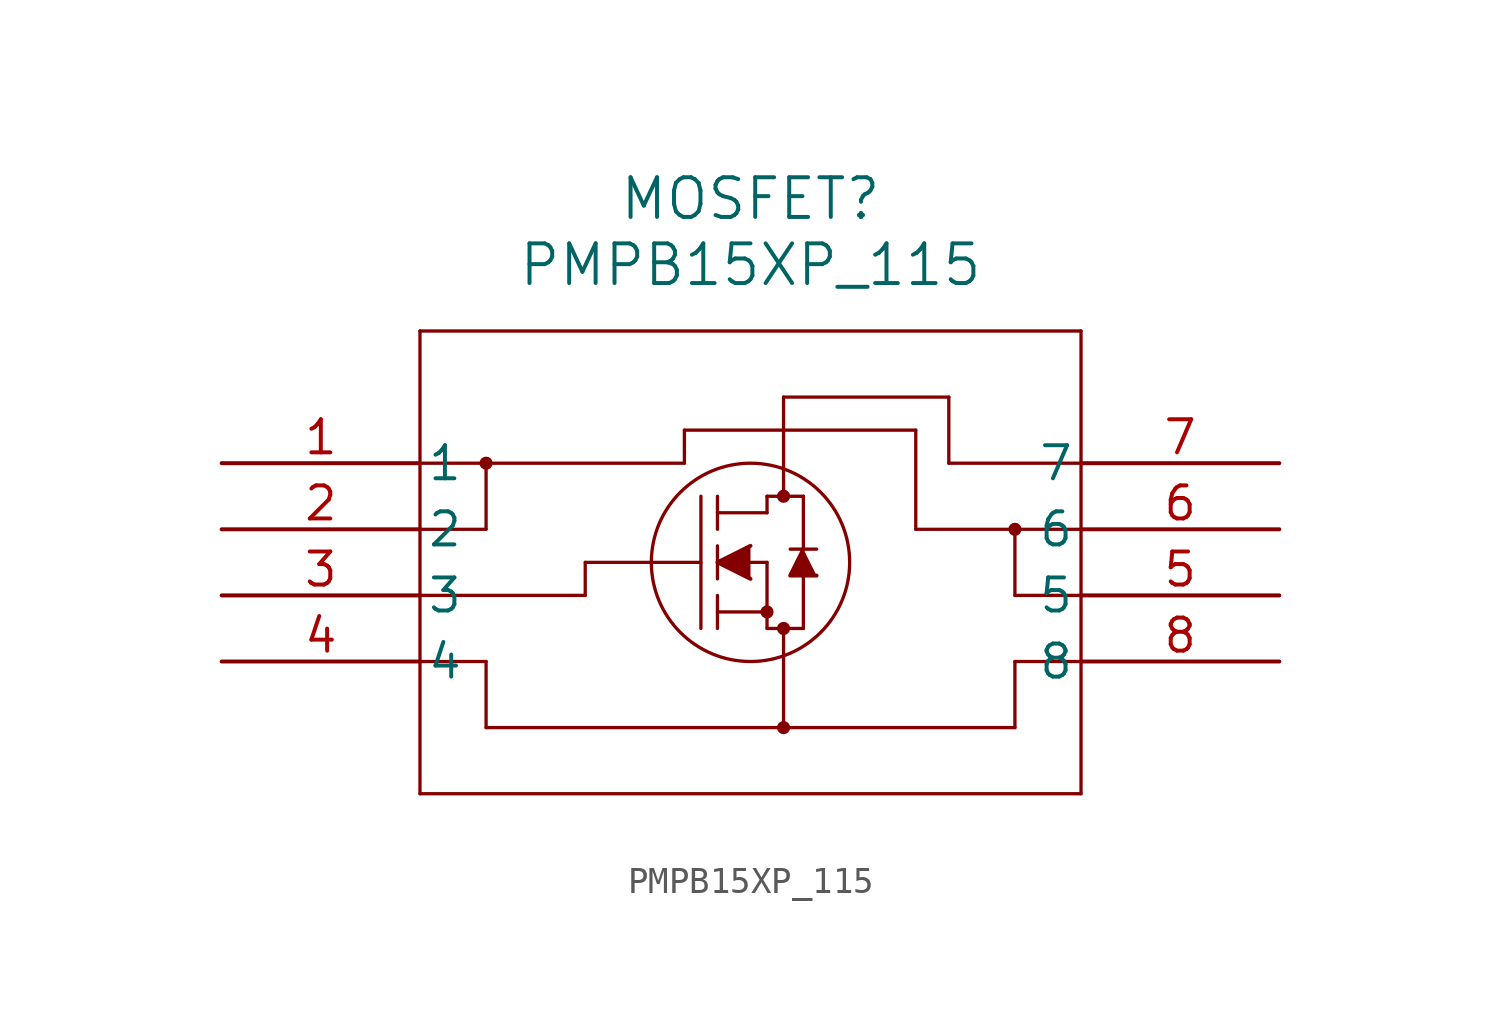
<source format=kicad_sym>
(kicad_symbol_lib
  (version 20211014)
  (generator kicad_symbol_editor)
  (symbol "PMPB15XP_115"
    (pin_names
      (offset 0.254))
    (property "Reference" "MOSFET"
      (at 20.32 10.16 0)
      (effects (font (size 1.524 1.524))))
    (property "Value" "PMPB15XP_115"
      (at 20.32 7.62 0)
      (effects (font (size 1.524 1.524))))
    (symbol "PMPB15XP_115_0_1"
      (polyline (pts (xy 7.62 5.08) (xy 7.62 -12.7)) (stroke (width 0.127) (type default) (color 0 0 0 0)) (fill (type none)))
      (polyline (pts (xy 7.62 -12.7) (xy 33.02 -12.7)) (stroke (width 0.127) (type default) (color 0 0 0 0)) (fill (type none)))
      (polyline (pts (xy 33.02 -12.7) (xy 33.02 5.08)) (stroke (width 0.127) (type default) (color 0 0 0 0)) (fill (type none)))
      (polyline (pts (xy 33.02 5.08) (xy 7.62 5.08)) (stroke (width 0.127) (type default) (color 0 0 0 0)) (fill (type none)))
      (circle (center 21.59 -1.27) (radius 0.127) (stroke (width 0.254) (type default) (color 0 0 0 0)) (fill (type none)))
      (circle (center 21.59 -6.35) (radius 0.127) (stroke (width 0.254) (type default) (color 0 0 0 0)) (fill (type none)))
      (circle (center 20.955 -5.715) (radius 0.127) (stroke (width 0.254) (type default) (color 0 0 0 0)) (fill (type none)))
      (circle (center 20.32 -3.81) (radius 3.81) (stroke (width 0.127) (type default) (color 0 0 0 0)) (fill (type none)))
      (polyline (pts (xy 13.97 -3.81) (xy 18.415 -3.81)) (stroke (width 0.127) (type default) (color 0 0 0 0)) (fill (type none)))
      (polyline (pts (xy 18.415 -6.35) (xy 18.415 -1.27)) (stroke (width 0.127) (type default) (color 0 0 0 0)) (fill (type none)))
      (polyline (pts (xy 19.05 -4.445) (xy 19.05 -3.175)) (stroke (width 0.127) (type default) (color 0 0 0 0)) (fill (type none)))
      (polyline (pts (xy 19.05 -6.35) (xy 19.05 -5.08)) (stroke (width 0.127) (type default) (color 0 0 0 0)) (fill (type none)))
      (polyline (pts (xy 19.05 -2.54) (xy 19.05 -1.27)) (stroke (width 0.127) (type default) (color 0 0 0 0)) (fill (type none)))
      (polyline (pts (xy 20.32 -3.81) (xy 20.955 -3.81)) (stroke (width 0.127) (type default) (color 0 0 0 0)) (fill (type none)))
      (polyline (pts (xy 19.05 -5.715) (xy 20.955 -5.715)) (stroke (width 0.127) (type default) (color 0 0 0 0)) (fill (type none)))
      (polyline (pts (xy 20.955 -6.35) (xy 20.955 -3.81)) (stroke (width 0.127) (type default) (color 0 0 0 0)) (fill (type none)))
      (polyline (pts (xy 20.955 -6.35) (xy 22.352 -6.35)) (stroke (width 0.127) (type default) (color 0 0 0 0)) (fill (type none)))
      (polyline (pts (xy 19.05 -1.905) (xy 20.955 -1.905)) (stroke (width 0.127) (type default) (color 0 0 0 0)) (fill (type none)))
      (polyline (pts (xy 22.352 -3.302) (xy 22.352 -1.27)) (stroke (width 0.127) (type default) (color 0 0 0 0)) (fill (type none)))
      (polyline (pts (xy 22.352 -6.35) (xy 22.352 -4.318)) (stroke (width 0.127) (type default) (color 0 0 0 0)) (fill (type none)))
      (polyline (pts (xy 22.86 -3.302) (xy 21.844 -3.302)) (stroke (width 0.127) (type default) (color 0 0 0 0)) (fill (type none)))
      (polyline (pts (xy 20.955 -1.27) (xy 22.352 -1.27)) (stroke (width 0.127) (type default) (color 0 0 0 0)) (fill (type none)))
      (polyline (pts (xy 20.955 -1.905) (xy 20.955 -1.27)) (stroke (width 0.127) (type default) (color 0 0 0 0)) (fill (type none)))
      (polyline (pts (xy 20.32 -3.175) (xy 19.05 -3.81) (xy 20.32 -4.445)) (stroke (width 0) (type default) (color 0 0 0 0)) (fill (type outline)))
      (polyline (pts (xy 22.86 -4.318) (xy 21.844 -4.318) (xy 22.352 -3.302)) (stroke (width 0) (type default) (color 0 0 0 0)) (fill (type outline)))
      (polyline (pts (xy 7.62 -7.62) (xy 10.16 -7.62)) (stroke (width 0.127) (type default) (color 0 0 0 0)) (fill (type none)))
      (polyline (pts (xy 13.97 -5.08) (xy 13.97 -3.81)) (stroke (width 0.127) (type default) (color 0 0 0 0)) (fill (type none)))
      (polyline (pts (xy 7.62 0) (xy 17.78 0)) (stroke (width 0.127) (type default) (color 0 0 0 0)) (fill (type none)))
      (polyline (pts (xy 7.62 -2.54) (xy 10.16 -2.54)) (stroke (width 0.127) (type default) (color 0 0 0 0)) (fill (type none)))
      (polyline (pts (xy 7.62 -5.08) (xy 13.97 -5.08)) (stroke (width 0.127) (type default) (color 0 0 0 0)) (fill (type none)))
      (polyline (pts (xy 10.16 0) (xy 10.16 -2.54)) (stroke (width 0.127) (type default) (color 0 0 0 0)) (fill (type none)))
      (polyline (pts (xy 10.16 -7.62) (xy 10.16 -10.16)) (stroke (width 0.127) (type default) (color 0 0 0 0)) (fill (type none)))
      (polyline (pts (xy 10.16 -10.16) (xy 30.48 -10.16)) (stroke (width 0.127) (type default) (color 0 0 0 0)) (fill (type none)))
      (polyline (pts (xy 21.59 -10.16) (xy 21.59 -6.35)) (stroke (width 0.127) (type default) (color 0 0 0 0)) (fill (type none)))
      (polyline (pts (xy 33.02 -7.62) (xy 30.48 -7.62)) (stroke (width 0.127) (type default) (color 0 0 0 0)) (fill (type none)))
      (polyline (pts (xy 30.48 -5.08) (xy 30.48 -2.54)) (stroke (width 0.127) (type default) (color 0 0 0 0)) (fill (type none)))
      (polyline (pts (xy 33.02 -5.08) (xy 30.48 -5.08)) (stroke (width 0.127) (type default) (color 0 0 0 0)) (fill (type none)))
      (polyline (pts (xy 33.02 -2.54) (xy 30.48 -2.54)) (stroke (width 0.127) (type default) (color 0 0 0 0)) (fill (type none)))
      (polyline (pts (xy 33.02 0) (xy 27.94 0)) (stroke (width 0.127) (type default) (color 0 0 0 0)) (fill (type none)))
      (polyline (pts (xy 27.94 0) (xy 27.94 2.54)) (stroke (width 0.127) (type default) (color 0 0 0 0)) (fill (type none)))
      (polyline (pts (xy 27.94 2.54) (xy 21.59 2.54)) (stroke (width 0.127) (type default) (color 0 0 0 0)) (fill (type none)))
      (polyline (pts (xy 21.59 2.54) (xy 21.59 -1.27)) (stroke (width 0.127) (type default) (color 0 0 0 0)) (fill (type none)))
      (polyline (pts (xy 30.48 -7.62) (xy 30.48 -10.16)) (stroke (width 0.127) (type default) (color 0 0 0 0)) (fill (type none)))
      (circle (center 10.16 0) (radius 0.127) (stroke (width 0.254) (type default) (color 0 0 0 0)) (fill (type none)))
      (circle (center 21.59 -10.16) (radius 0.127) (stroke (width 0.254) (type default) (color 0 0 0 0)) (fill (type none)))
      (circle (center 30.48 -2.54) (radius 0.127) (stroke (width 0.254) (type default) (color 0 0 0 0)) (fill (type none)))
      (polyline (pts (xy 17.78 1.27) (xy 17.78 0)) (stroke (width 0.127) (type default) (color 0 0 0 0)) (fill (type none)))
      (polyline (pts (xy 17.78 1.27) (xy 26.67 1.27)) (stroke (width 0.127) (type default) (color 0 0 0 0)) (fill (type none)))
      (polyline (pts (xy 26.67 1.27) (xy 26.67 -2.54)) (stroke (width 0.127) (type default) (color 0 0 0 0)) (fill (type none)))
      (polyline (pts (xy 26.67 -2.54) (xy 30.48 -2.54)) (stroke (width 0.127) (type default) (color 0 0 0 0)) (fill (type none)))
      (pin unspecified line (at 0 0 0) (length 7.62) (name "1" (effects (font (size 1.27 1.27)))) (number "1" (effects (font (size 1.27 1.27)))))
      (pin unspecified line (at 0 -2.54 0) (length 7.62) (name "2" (effects (font (size 1.27 1.27)))) (number "2" (effects (font (size 1.27 1.27)))))
      (pin unspecified line (at 0 -5.08 0) (length 7.62) (name "3" (effects (font (size 1.27 1.27)))) (number "3" (effects (font (size 1.27 1.27)))))
      (pin unspecified line (at 0 -7.62 0) (length 7.62) (name "4" (effects (font (size 1.27 1.27)))) (number "4" (effects (font (size 1.27 1.27)))))
      (pin unspecified line (at 40.64 -5.08 180) (length 7.62) (name "5" (effects (font (size 1.27 1.27)))) (number "5" (effects (font (size 1.27 1.27)))))
      (pin unspecified line (at 40.64 -2.54 180) (length 7.62) (name "6" (effects (font (size 1.27 1.27)))) (number "6" (effects (font (size 1.27 1.27)))))
      (pin unspecified line (at 40.64 0 180) (length 7.62) (name "7" (effects (font (size 1.27 1.27)))) (number "7" (effects (font (size 1.27 1.27)))))
      (pin unspecified line (at 40.64 -7.62 180) (length 7.62) (name "8" (effects (font (size 1.27 1.27)))) (number "8" (effects (font (size 1.27 1.27))))))))
</source>
